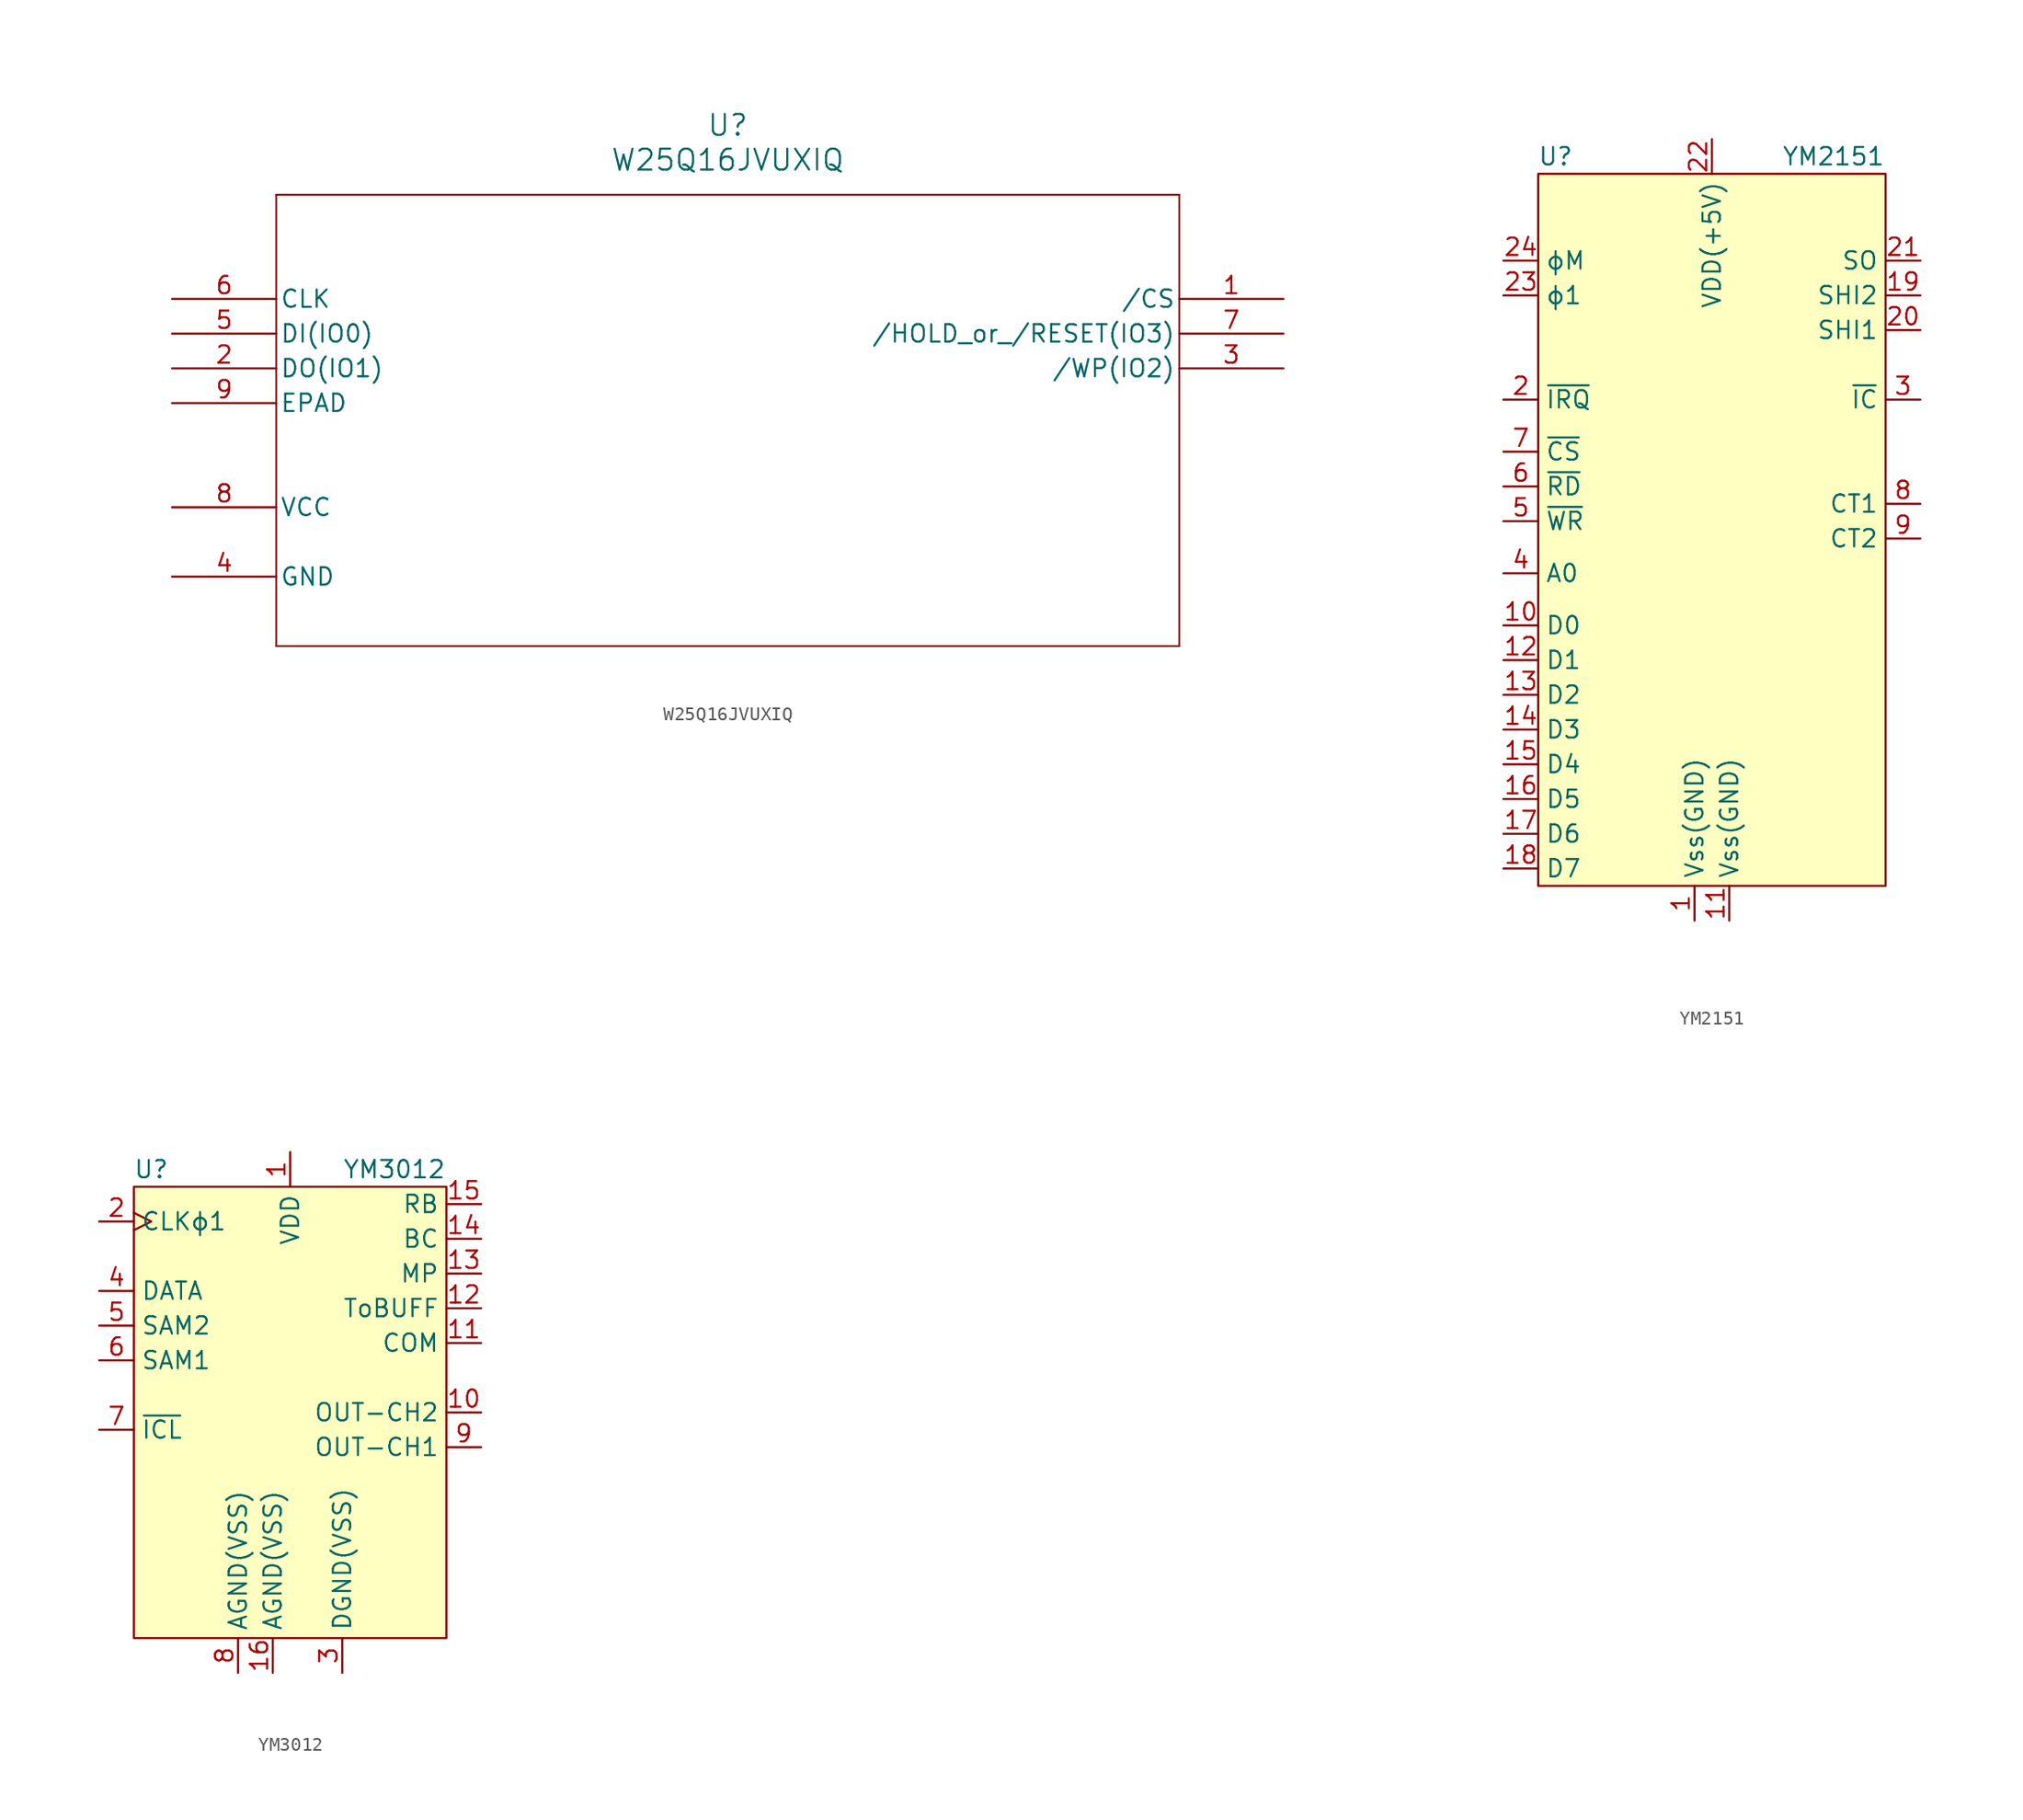
<source format=kicad_sym>
(kicad_symbol_lib
  (version 20220914)
  (generator kicad_symbol_editor)
  (symbol "W25Q16JVUXIQ"
    (pin_names
      (offset 0.254))
    (property "Reference" "U"
      (at 40.64 12.7 0)
      (effects (font (size 1.524 1.524))))
    (property "Value" "W25Q16JVUXIQ"
      (at 40.64 10.16 0)
      (effects (font (size 1.524 1.524))))
    (property "ki_locked" ""
      (at 0 0 0)
      (effects (font (size 1.27 1.27))))
    (symbol "W25Q16JVUXIQ_0_1"
      (polyline (pts (xy 7.62 -25.4) (xy 73.66 -25.4)) (stroke (width 0.127) (type default)) (fill (type none)))
      (polyline (pts (xy 7.62 7.62) (xy 7.62 -25.4)) (stroke (width 0.127) (type default)) (fill (type none)))
      (polyline (pts (xy 73.66 -25.4) (xy 73.66 7.62)) (stroke (width 0.127) (type default)) (fill (type none)))
      (polyline (pts (xy 73.66 7.62) (xy 7.62 7.62)) (stroke (width 0.127) (type default)) (fill (type none)))
      (pin unspecified line (at 81.28 0 180) (length 7.62) (name "/CS" (effects (font (size 1.27 1.27)))) (number "1" (effects (font (size 1.27 1.27)))))
      (pin unspecified line (at 0 -5.08 0) (length 7.62) (name "DO(IO1)" (effects (font (size 1.27 1.27)))) (number "2" (effects (font (size 1.27 1.27)))))
      (pin unspecified line (at 81.28 -5.08 180) (length 7.62) (name "/WP(IO2)" (effects (font (size 1.27 1.27)))) (number "3" (effects (font (size 1.27 1.27)))))
      (pin unspecified line (at 0 -20.32 0) (length 7.62) (name "GND" (effects (font (size 1.27 1.27)))) (number "4" (effects (font (size 1.27 1.27)))))
      (pin unspecified line (at 0 -2.54 0) (length 7.62) (name "DI(IO0)" (effects (font (size 1.27 1.27)))) (number "5" (effects (font (size 1.27 1.27)))))
      (pin unspecified line (at 0 0 0) (length 7.62) (name "CLK" (effects (font (size 1.27 1.27)))) (number "6" (effects (font (size 1.27 1.27)))))
      (pin unspecified line (at 81.28 -2.54 180) (length 7.62) (name "/HOLD_or_/RESET(IO3)" (effects (font (size 1.27 1.27)))) (number "7" (effects (font (size 1.27 1.27)))))
      (pin unspecified line (at 0 -15.24 0) (length 7.62) (name "VCC" (effects (font (size 1.27 1.27)))) (number "8" (effects (font (size 1.27 1.27)))))
      (pin unspecified line (at 0 -7.62 0) (length 7.62) (name "EPAD" (effects (font (size 1.27 1.27)))) (number "9" (effects (font (size 1.27 1.27)))))))
  (symbol "YM2151"
    (property "Reference" "U"
      (at -11.43 25.4 0)
      (effects (font (size 1.27 1.27))))
    (property "Value" "YM2151"
      (at 8.89 25.4 0)
      (effects (font (size 1.27 1.27))))
    (symbol "YM2151_0_1"
      (rectangle (start -12.7 24.13) (end 12.7 -27.94) (stroke (width 0) (type default)) (fill (type background))))
    (symbol "YM2151_1_1"
      (pin power_in line (at -1.27 -30.48 90) (length 2.54) (name "Vss(GND)" (effects (font (size 1.27 1.27)))) (number "1" (effects (font (size 1.27 1.27)))))
      (pin bidirectional line (at -15.24 -8.89 0) (length 2.54) (name "D0" (effects (font (size 1.27 1.27)))) (number "10" (effects (font (size 1.27 1.27)))))
      (pin power_in line (at 1.27 -30.48 90) (length 2.54) (name "Vss(GND)" (effects (font (size 1.27 1.27)))) (number "11" (effects (font (size 1.27 1.27)))))
      (pin bidirectional line (at -15.24 -11.43 0) (length 2.54) (name "D1" (effects (font (size 1.27 1.27)))) (number "12" (effects (font (size 1.27 1.27)))))
      (pin bidirectional line (at -15.24 -13.97 0) (length 2.54) (name "D2" (effects (font (size 1.27 1.27)))) (number "13" (effects (font (size 1.27 1.27)))))
      (pin bidirectional line (at -15.24 -16.51 0) (length 2.54) (name "D3" (effects (font (size 1.27 1.27)))) (number "14" (effects (font (size 1.27 1.27)))))
      (pin bidirectional line (at -15.24 -19.05 0) (length 2.54) (name "D4" (effects (font (size 1.27 1.27)))) (number "15" (effects (font (size 1.27 1.27)))))
      (pin bidirectional line (at -15.24 -21.59 0) (length 2.54) (name "D5" (effects (font (size 1.27 1.27)))) (number "16" (effects (font (size 1.27 1.27)))))
      (pin bidirectional line (at -15.24 -24.13 0) (length 2.54) (name "D6" (effects (font (size 1.27 1.27)))) (number "17" (effects (font (size 1.27 1.27)))))
      (pin bidirectional line (at -15.24 -26.67 0) (length 2.54) (name "D7" (effects (font (size 1.27 1.27)))) (number "18" (effects (font (size 1.27 1.27)))))
      (pin output line (at 15.24 15.24 180) (length 2.54) (name "SHI2" (effects (font (size 1.27 1.27)))) (number "19" (effects (font (size 1.27 1.27)))))
      (pin open_collector line (at -15.24 7.62 0) (length 2.54) (name "~{IRQ}" (effects (font (size 1.27 1.27)))) (number "2" (effects (font (size 1.27 1.27)))))
      (pin output line (at 15.24 12.7 180) (length 2.54) (name "SHI1" (effects (font (size 1.27 1.27)))) (number "20" (effects (font (size 1.27 1.27)))))
      (pin output line (at 15.24 17.78 180) (length 2.54) (name "SO" (effects (font (size 1.27 1.27)))) (number "21" (effects (font (size 1.27 1.27)))))
      (pin power_in line (at 0 26.67 270) (length 2.54) (name "VDD(+5V)" (effects (font (size 1.27 1.27)))) (number "22" (effects (font (size 1.27 1.27)))))
      (pin output line (at -15.24 15.24 0) (length 2.54) (name "ϕ1" (effects (font (size 1.27 1.27)))) (number "23" (effects (font (size 1.27 1.27)))))
      (pin input line (at -15.24 17.78 0) (length 2.54) (name "ϕM" (effects (font (size 1.27 1.27)))) (number "24" (effects (font (size 1.27 1.27)))))
      (pin input line (at 15.24 7.62 180) (length 2.54) (name "~{IC}" (effects (font (size 1.27 1.27)))) (number "3" (effects (font (size 1.27 1.27)))))
      (pin input line (at -15.24 -5.08 0) (length 2.54) (name "A0" (effects (font (size 1.27 1.27)))) (number "4" (effects (font (size 1.27 1.27)))))
      (pin input line (at -15.24 -1.27 0) (length 2.54) (name "~{WR}" (effects (font (size 1.27 1.27)))) (number "5" (effects (font (size 1.27 1.27)))))
      (pin input line (at -15.24 1.27 0) (length 2.54) (name "~{RD}" (effects (font (size 1.27 1.27)))) (number "6" (effects (font (size 1.27 1.27)))))
      (pin input line (at -15.24 3.81 0) (length 2.54) (name "~{CS}" (effects (font (size 1.27 1.27)))) (number "7" (effects (font (size 1.27 1.27)))))
      (pin output line (at 15.24 0 180) (length 2.54) (name "CT1" (effects (font (size 1.27 1.27)))) (number "8" (effects (font (size 1.27 1.27)))))
      (pin output line (at 15.24 -2.54 180) (length 2.54) (name "CT2" (effects (font (size 1.27 1.27)))) (number "9" (effects (font (size 1.27 1.27)))))))
  (symbol "YM3012"
    (property "Reference" "U"
      (at -10.16 16.51 0)
      (effects (font (size 1.27 1.27))))
    (property "Value" "YM3012"
      (at 7.62 16.51 0)
      (effects (font (size 1.27 1.27))))
    (symbol "YM3012_0_1"
      (rectangle (start -11.43 15.24) (end 11.43 -17.78) (stroke (width 0) (type default)) (fill (type background))))
    (symbol "YM3012_1_1"
      (pin power_in line (at 0 17.78 270) (length 2.54) (name "VDD" (effects (font (size 1.27 1.27)))) (number "1" (effects (font (size 1.27 1.27)))))
      (pin output line (at 13.97 -1.27 180) (length 2.54) (name "OUT-CH2" (effects (font (size 1.27 1.27)))) (number "10" (effects (font (size 1.27 1.27)))))
      (pin input line (at 13.97 3.81 180) (length 2.54) (name "COM" (effects (font (size 1.27 1.27)))) (number "11" (effects (font (size 1.27 1.27)))))
      (pin output line (at 13.97 6.35 180) (length 2.54) (name "ToBUFF" (effects (font (size 1.27 1.27)))) (number "12" (effects (font (size 1.27 1.27)))))
      (pin input line (at 13.97 8.89 180) (length 2.54) (name "MP" (effects (font (size 1.27 1.27)))) (number "13" (effects (font (size 1.27 1.27)))))
      (pin output line (at 13.97 11.43 180) (length 2.54) (name "BC" (effects (font (size 1.27 1.27)))) (number "14" (effects (font (size 1.27 1.27)))))
      (pin power_out line (at 13.97 13.97 180) (length 2.54) (name "RB" (effects (font (size 1.27 1.27)))) (number "15" (effects (font (size 1.27 1.27)))))
      (pin power_in line (at -1.27 -20.32 90) (length 2.54) (name "AGND(VSS)" (effects (font (size 1.27 1.27)))) (number "16" (effects (font (size 1.27 1.27)))))
      (pin input clock (at -13.97 12.7 0) (length 2.54) (name "CLKϕ1" (effects (font (size 1.27 1.27)))) (number "2" (effects (font (size 1.27 1.27)))))
      (pin power_in line (at 3.81 -20.32 90) (length 2.54) (name "DGND(VSS)" (effects (font (size 1.27 1.27)))) (number "3" (effects (font (size 1.27 1.27)))))
      (pin input line (at -13.97 7.62 0) (length 2.54) (name "DATA" (effects (font (size 1.27 1.27)))) (number "4" (effects (font (size 1.27 1.27)))))
      (pin input line (at -13.97 5.08 0) (length 2.54) (name "SAM2" (effects (font (size 1.27 1.27)))) (number "5" (effects (font (size 1.27 1.27)))))
      (pin input line (at -13.97 2.54 0) (length 2.54) (name "SAM1" (effects (font (size 1.27 1.27)))) (number "6" (effects (font (size 1.27 1.27)))))
      (pin input line (at -13.97 -2.54 0) (length 2.54) (name "~{ICL}" (effects (font (size 1.27 1.27)))) (number "7" (effects (font (size 1.27 1.27)))))
      (pin power_in line (at -3.81 -20.32 90) (length 2.54) (name "AGND(VSS)" (effects (font (size 1.27 1.27)))) (number "8" (effects (font (size 1.27 1.27)))))
      (pin output line (at 13.97 -3.81 180) (length 2.54) (name "OUT-CH1" (effects (font (size 1.27 1.27)))) (number "9" (effects (font (size 1.27 1.27))))))))
</source>
